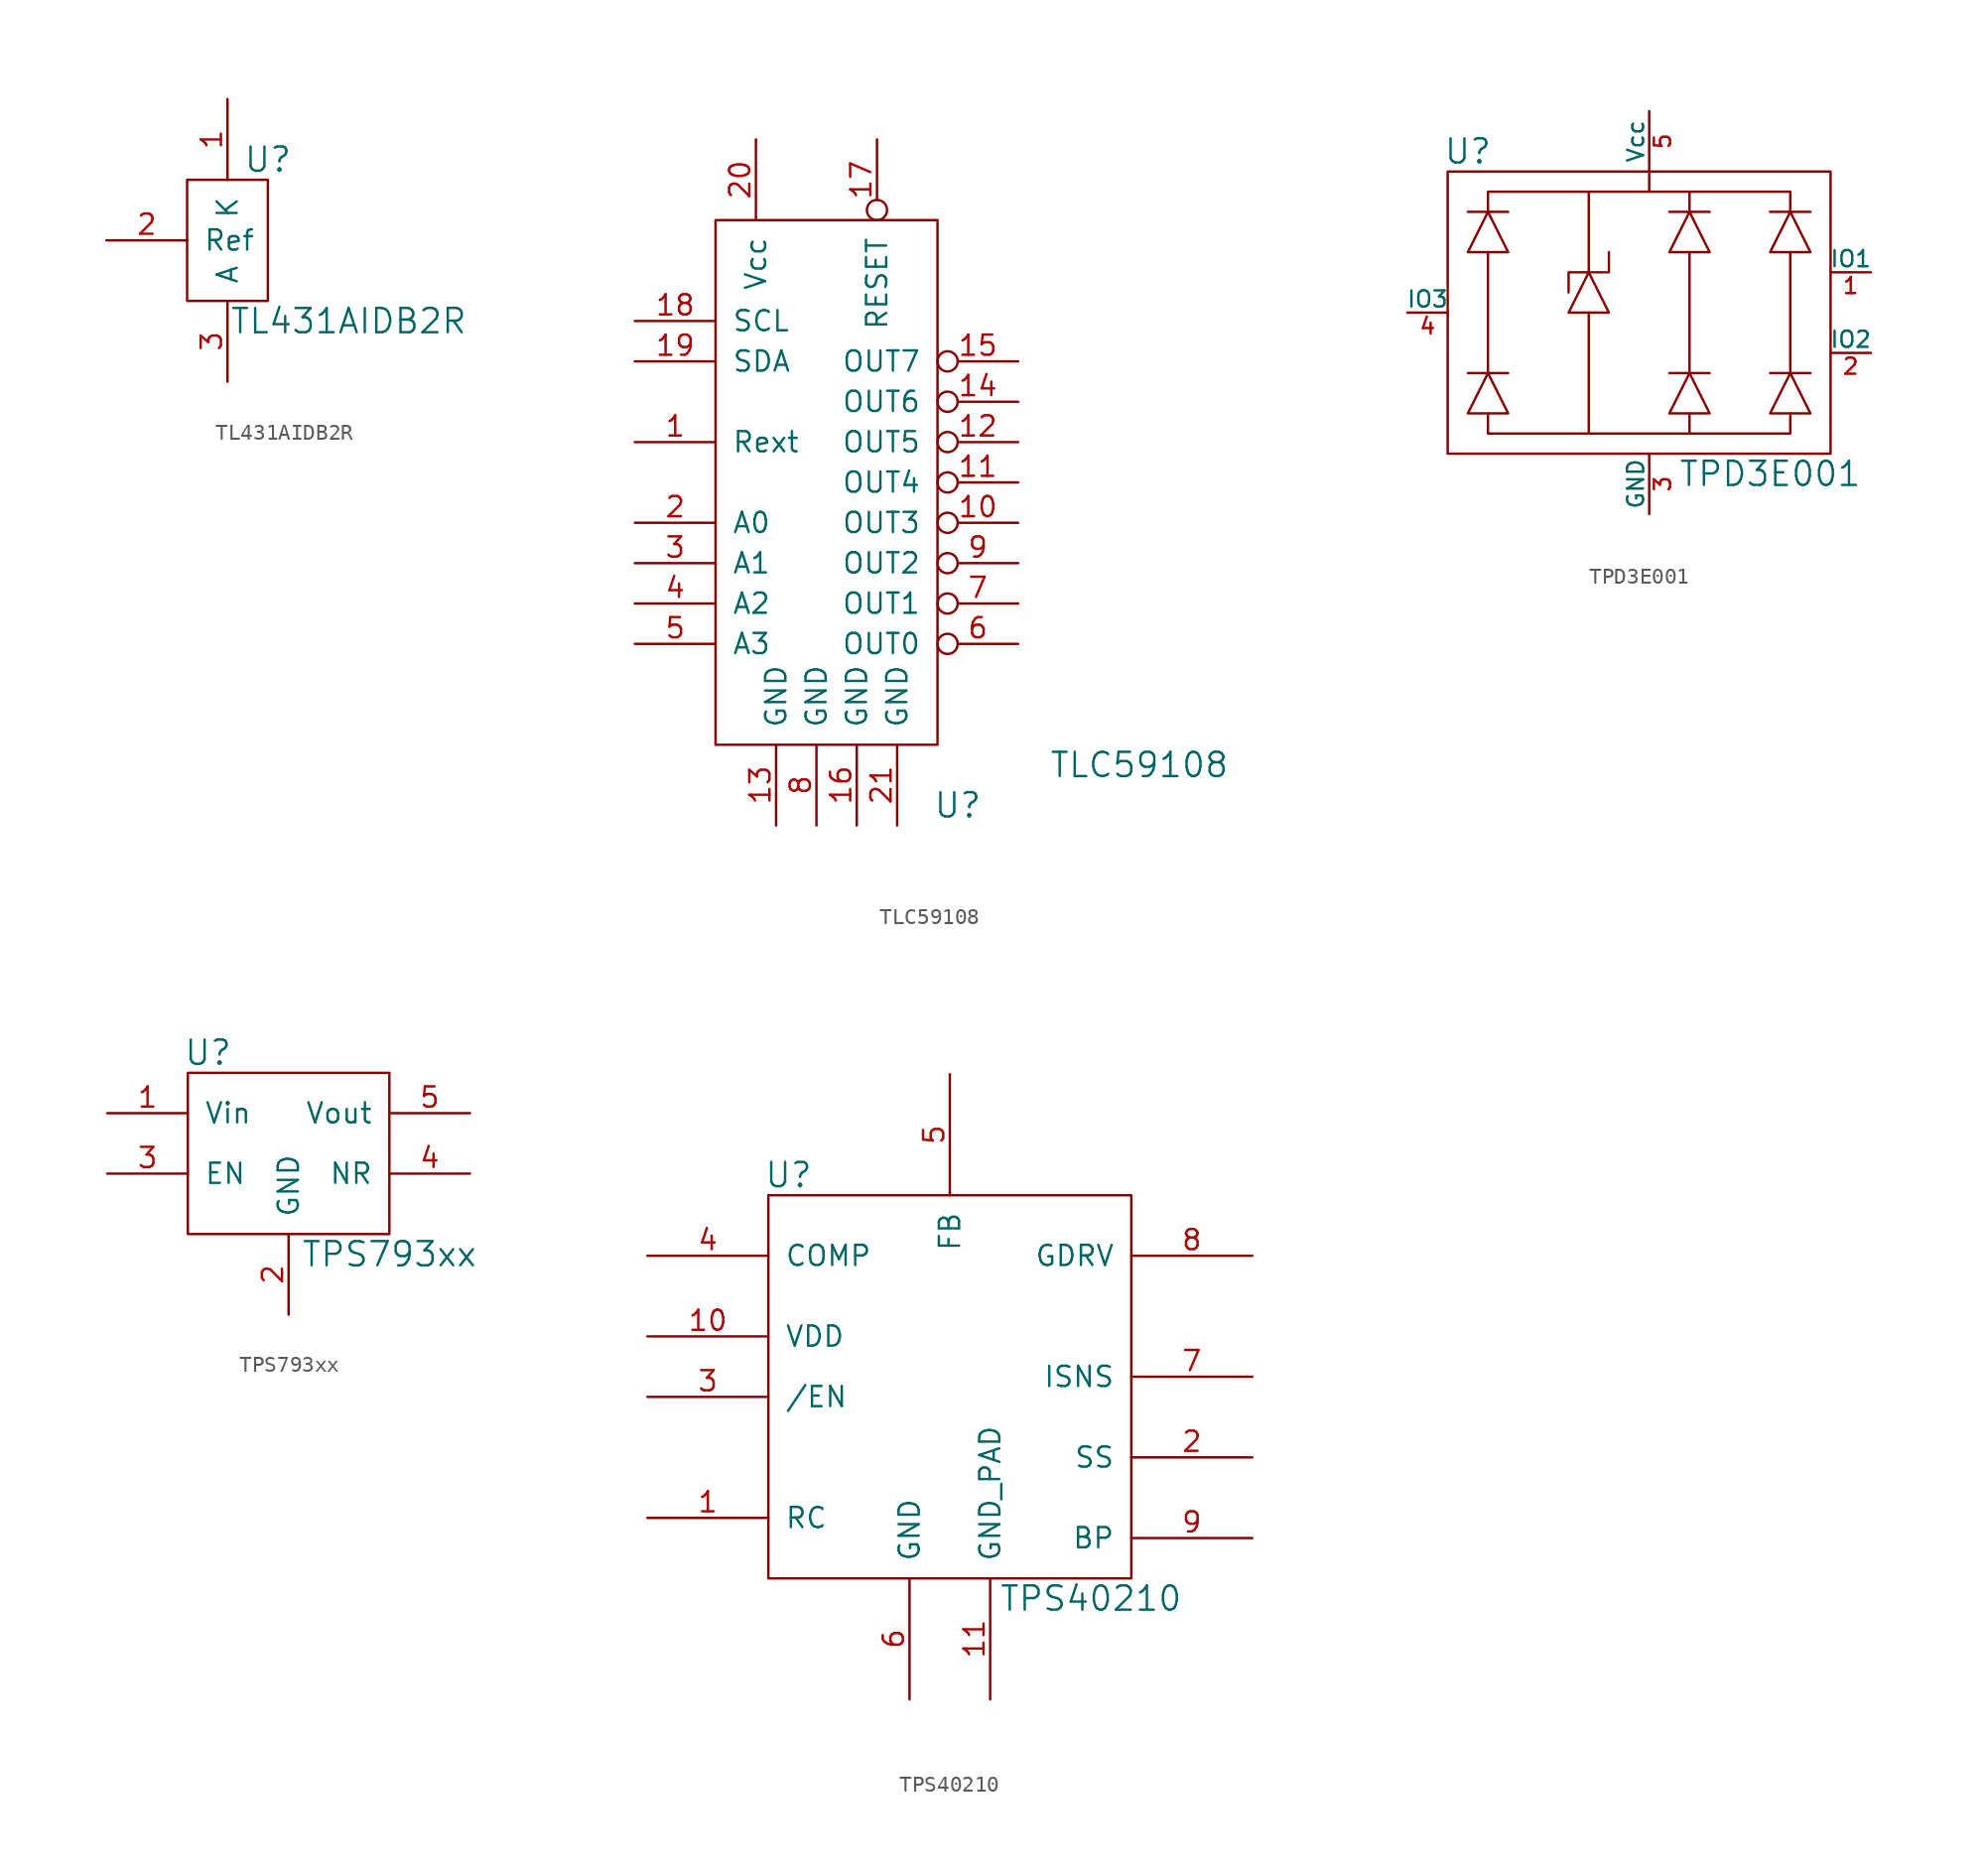
<source format=kicad_sym>
(kicad_symbol_lib
  (version 20211014)
  (generator kicad_symbol_editor)
  (symbol "TL431AIDB2R"
    (pin_names
      (offset 1.016))
    (property "Reference" "U"
      (at 2.54 -1.27 0)
      (effects (font (size 1.524 1.524))))
    (property "Value" "TL431AIDB2R"
      (at 7.62 -11.43 0)
      (effects (font (size 1.524 1.524))))
    (property "Footprint" ""
      (at 0 0 0)
      (effects (font (size 1.524 1.524))))
    (property "Datasheet" ""
      (at 0 0 0)
      (effects (font (size 1.524 1.524))))
    (symbol "TL431AIDB2R_0_1"
      (rectangle (start -2.54 -10.16) (end 2.54 -2.54) (stroke (width 0) (type default) (color 0 0 0 0)) (fill (type none))))
    (symbol "TL431AIDB2R_1_1"
      (pin input line (at 0 2.54 270) (length 5.08) (name "K" (effects (font (size 1.27 1.27)))) (number "1" (effects (font (size 1.27 1.27)))))
      (pin input line (at -7.62 -6.35 0) (length 5.08) (name "Ref" (effects (font (size 1.27 1.27)))) (number "2" (effects (font (size 1.27 1.27)))))
      (pin input line (at 0 -15.24 90) (length 5.08) (name "A" (effects (font (size 1.27 1.27)))) (number "3" (effects (font (size 1.27 1.27)))))))
  (symbol "TLC59108"
    (pin_names
      (offset 1.016))
    (property "Reference" "U"
      (at 8.89 -19.05 0)
      (effects (font (size 1.524 1.524))))
    (property "Value" "TLC59108"
      (at 20.32 -16.51 0)
      (effects (font (size 1.524 1.524))))
    (property "Footprint" ""
      (at 0 0 0)
      (effects (font (size 1.524 1.524))))
    (property "Datasheet" ""
      (at 0 0 0)
      (effects (font (size 1.524 1.524))))
    (symbol "TLC59108_0_1"
      (rectangle (start -6.35 -15.24) (end 7.62 17.78) (stroke (width 0) (type default) (color 0 0 0 0)) (fill (type none))))
    (symbol "TLC59108_1_1"
      (pin input line (at -11.43 3.81 0) (length 5.08) (name "Rext" (effects (font (size 1.27 1.27)))) (number "1" (effects (font (size 1.27 1.27)))))
      (pin input inverted (at 12.7 -1.27 180) (length 5.08) (name "OUT3" (effects (font (size 1.27 1.27)))) (number "10" (effects (font (size 1.27 1.27)))))
      (pin input inverted (at 12.7 1.27 180) (length 5.08) (name "OUT4" (effects (font (size 1.27 1.27)))) (number "11" (effects (font (size 1.27 1.27)))))
      (pin input inverted (at 12.7 3.81 180) (length 5.08) (name "OUT5" (effects (font (size 1.27 1.27)))) (number "12" (effects (font (size 1.27 1.27)))))
      (pin input line (at -2.54 -20.32 90) (length 5.08) (name "GND" (effects (font (size 1.27 1.27)))) (number "13" (effects (font (size 1.27 1.27)))))
      (pin input inverted (at 12.7 6.35 180) (length 5.08) (name "OUT6" (effects (font (size 1.27 1.27)))) (number "14" (effects (font (size 1.27 1.27)))))
      (pin input inverted (at 12.7 8.89 180) (length 5.08) (name "OUT7" (effects (font (size 1.27 1.27)))) (number "15" (effects (font (size 1.27 1.27)))))
      (pin input line (at 2.54 -20.32 90) (length 5.08) (name "GND" (effects (font (size 1.27 1.27)))) (number "16" (effects (font (size 1.27 1.27)))))
      (pin input inverted (at 3.81 22.86 270) (length 5.08) (name "RESET" (effects (font (size 1.27 1.27)))) (number "17" (effects (font (size 1.27 1.27)))))
      (pin input line (at -11.43 11.43 0) (length 5.08) (name "SCL" (effects (font (size 1.27 1.27)))) (number "18" (effects (font (size 1.27 1.27)))))
      (pin input line (at -11.43 8.89 0) (length 5.08) (name "SDA" (effects (font (size 1.27 1.27)))) (number "19" (effects (font (size 1.27 1.27)))))
      (pin input line (at -11.43 -1.27 0) (length 5.08) (name "A0" (effects (font (size 1.27 1.27)))) (number "2" (effects (font (size 1.27 1.27)))))
      (pin input line (at -3.81 22.86 270) (length 5.08) (name "Vcc" (effects (font (size 1.27 1.27)))) (number "20" (effects (font (size 1.27 1.27)))))
      (pin input line (at 5.08 -20.32 90) (length 5.08) (name "GND" (effects (font (size 1.27 1.27)))) (number "21" (effects (font (size 1.27 1.27)))))
      (pin input line (at -11.43 -3.81 0) (length 5.08) (name "A1" (effects (font (size 1.27 1.27)))) (number "3" (effects (font (size 1.27 1.27)))))
      (pin input line (at -11.43 -6.35 0) (length 5.08) (name "A2" (effects (font (size 1.27 1.27)))) (number "4" (effects (font (size 1.27 1.27)))))
      (pin input line (at -11.43 -8.89 0) (length 5.08) (name "A3" (effects (font (size 1.27 1.27)))) (number "5" (effects (font (size 1.27 1.27)))))
      (pin input inverted (at 12.7 -8.89 180) (length 5.08) (name "OUT0" (effects (font (size 1.27 1.27)))) (number "6" (effects (font (size 1.27 1.27)))))
      (pin input inverted (at 12.7 -6.35 180) (length 5.08) (name "OUT1" (effects (font (size 1.27 1.27)))) (number "7" (effects (font (size 1.27 1.27)))))
      (pin input line (at 0 -20.32 90) (length 5.08) (name "GND" (effects (font (size 1.27 1.27)))) (number "8" (effects (font (size 1.27 1.27)))))
      (pin input inverted (at 12.7 -3.81 180) (length 5.08) (name "OUT2" (effects (font (size 1.27 1.27)))) (number "9" (effects (font (size 1.27 1.27)))))))
  (symbol "TPD3E001"
    (pin_names
      (offset 0))
    (property "Reference" "U"
      (at -11.43 10.16 0)
      (effects (font (size 1.524 1.524))))
    (property "Value" "TPD3E001"
      (at 7.62 -10.16 0)
      (effects (font (size 1.524 1.524))))
    (property "Footprint" ""
      (at 0 0 0)
      (effects (font (size 1.524 1.524))))
    (property "Datasheet" ""
      (at 0 0 0)
      (effects (font (size 1.524 1.524))))
    (symbol "TPD3E001_0_1"
      (polyline (pts (xy -10.16 3.81) (xy -10.16 -3.81)) (stroke (width 0) (type default) (color 0 0 0 0)) (fill (type none)))
      (polyline (pts (xy -3.81 0) (xy -3.81 -7.62)) (stroke (width 0) (type default) (color 0 0 0 0)) (fill (type none)))
      (polyline (pts (xy 2.54 -6.35) (xy 2.54 -7.62)) (stroke (width 0) (type default) (color 0 0 0 0)) (fill (type none)))
      (polyline (pts (xy 2.54 3.81) (xy 2.54 -3.81)) (stroke (width 0) (type default) (color 0 0 0 0)) (fill (type none)))
      (polyline (pts (xy 2.54 6.35) (xy 2.54 7.62)) (stroke (width 0) (type default) (color 0 0 0 0)) (fill (type none)))
      (polyline (pts (xy 8.89 3.81) (xy 8.89 -3.81)) (stroke (width 0) (type default) (color 0 0 0 0)) (fill (type none)))
      (polyline (pts (xy -3.81 2.54) (xy -3.81 7.62) (xy 0 7.62)) (stroke (width 0) (type default) (color 0 0 0 0)) (fill (type none)))
      (polyline (pts (xy -3.81 7.62) (xy -10.16 7.62) (xy -10.16 6.35)) (stroke (width 0) (type default) (color 0 0 0 0)) (fill (type none)))
      (polyline (pts (xy -10.16 -6.35) (xy -10.16 -7.62) (xy 8.89 -7.62) (xy 8.89 -6.35)) (stroke (width 0) (type default) (color 0 0 0 0)) (fill (type none)))
      (polyline (pts (xy -5.08 0) (xy -3.81 2.54) (xy -2.54 0) (xy -5.08 0)) (stroke (width 0) (type default) (color 0 0 0 0)) (fill (type none)))
      (polyline (pts (xy -5.08 1.27) (xy -5.08 2.54) (xy -2.54 2.54) (xy -2.54 3.81)) (stroke (width 0) (type default) (color 0 0 0 0)) (fill (type none)))
      (polyline (pts (xy 8.89 6.35) (xy 8.89 7.62) (xy 0 7.62) (xy 0 8.89)) (stroke (width 0) (type default) (color 0 0 0 0)) (fill (type none)))
      (polyline (pts (xy -11.43 -3.81) (xy -8.89 -3.81) (xy -10.16 -3.81) (xy -11.43 -6.35) (xy -8.89 -6.35) (xy -10.16 -3.81)) (stroke (width 0) (type default) (color 0 0 0 0)) (fill (type none)))
      (polyline (pts (xy -11.43 6.35) (xy -8.89 6.35) (xy -10.16 6.35) (xy -11.43 3.81) (xy -8.89 3.81) (xy -10.16 6.35)) (stroke (width 0) (type default) (color 0 0 0 0)) (fill (type none)))
      (polyline (pts (xy 1.27 -3.81) (xy 3.81 -3.81) (xy 2.54 -3.81) (xy 1.27 -6.35) (xy 3.81 -6.35) (xy 2.54 -3.81)) (stroke (width 0) (type default) (color 0 0 0 0)) (fill (type none)))
      (polyline (pts (xy 1.27 6.35) (xy 3.81 6.35) (xy 2.54 6.35) (xy 1.27 3.81) (xy 3.81 3.81) (xy 2.54 6.35)) (stroke (width 0) (type default) (color 0 0 0 0)) (fill (type none)))
      (polyline (pts (xy 7.62 -3.81) (xy 10.16 -3.81) (xy 8.89 -3.81) (xy 7.62 -6.35) (xy 10.16 -6.35) (xy 8.89 -3.81)) (stroke (width 0) (type default) (color 0 0 0 0)) (fill (type none)))
      (polyline (pts (xy 7.62 6.35) (xy 10.16 6.35) (xy 8.89 6.35) (xy 7.62 3.81) (xy 10.16 3.81) (xy 8.89 6.35)) (stroke (width 0) (type default) (color 0 0 0 0)) (fill (type none)))
      (rectangle (start 11.43 8.89) (end -12.7 -8.89) (stroke (width 0) (type default) (color 0 0 0 0)) (fill (type none))))
    (symbol "TPD3E001_1_1"
      (pin bidirectional line (at 13.97 2.54 180) (length 2.54) (name "IO1" (effects (font (size 1.016 1.016)))) (number "1" (effects (font (size 1.016 1.016)))))
      (pin bidirectional line (at 13.97 -2.54 180) (length 2.54) (name "IO2" (effects (font (size 1.016 1.016)))) (number "2" (effects (font (size 1.016 1.016)))))
      (pin bidirectional line (at 0 -12.7 90) (length 3.81) (name "GND" (effects (font (size 1.016 1.016)))) (number "3" (effects (font (size 1.016 1.016)))))
      (pin bidirectional line (at -15.24 0 0) (length 2.54) (name "IO3" (effects (font (size 1.016 1.016)))) (number "4" (effects (font (size 1.016 1.016)))))
      (pin bidirectional line (at 0 12.7 270) (length 3.81) (name "Vcc" (effects (font (size 1.016 1.016)))) (number "5" (effects (font (size 1.016 1.016)))))))
  (symbol "TPS793xx"
    (pin_names
      (offset 1.016))
    (property "Reference" "U"
      (at -7.62 7.62 0)
      (effects (font (size 1.524 1.524))))
    (property "Value" "TPS793xx"
      (at 3.81 -5.08 0)
      (effects (font (size 1.524 1.524))))
    (symbol "TPS793xx_0_1"
      (rectangle (start -8.89 6.35) (end 3.81 -3.81) (stroke (width 0) (type default) (color 0 0 0 0)) (fill (type none))))
    (symbol "TPS793xx_1_1"
      (pin input line (at -13.97 3.81 0) (length 5.08) (name "Vin" (effects (font (size 1.27 1.27)))) (number "1" (effects (font (size 1.27 1.27)))))
      (pin input line (at -2.54 -8.89 90) (length 5.08) (name "GND" (effects (font (size 1.27 1.27)))) (number "2" (effects (font (size 1.27 1.27)))))
      (pin input line (at -13.97 0 0) (length 5.08) (name "EN" (effects (font (size 1.27 1.27)))) (number "3" (effects (font (size 1.27 1.27)))))
      (pin input line (at 8.89 0 180) (length 5.08) (name "NR" (effects (font (size 1.27 1.27)))) (number "4" (effects (font (size 1.27 1.27)))))
      (pin input line (at 8.89 3.81 180) (length 5.08) (name "Vout" (effects (font (size 1.27 1.27)))) (number "5" (effects (font (size 1.27 1.27)))))))
  (symbol "TPS40210"
    (pin_names
      (offset 1.016))
    (property "Reference" "U"
      (at -10.16 13.97 0)
      (effects (font (size 1.524 1.524))))
    (property "Value" "TPS40210"
      (at 8.89 -12.7 0)
      (effects (font (size 1.524 1.524))))
    (property "Footprint" ""
      (at 0 0 0)
      (effects (font (size 1.524 1.524))))
    (property "Datasheet" ""
      (at 0 0 0)
      (effects (font (size 1.524 1.524))))
    (symbol "TPS40210_0_1"
      (polyline (pts (xy 11.43 12.7) (xy -11.43 12.7) (xy -11.43 -11.43) (xy 11.43 -11.43) (xy 11.43 12.7)) (stroke (width 0) (type default) (color 0 0 0 0)) (fill (type none))))
    (symbol "TPS40210_1_1"
      (pin input line (at -19.05 -7.62 0) (length 7.62) (name "RC" (effects (font (size 1.27 1.27)))) (number "1" (effects (font (size 1.27 1.27)))))
      (pin input line (at -19.05 3.81 0) (length 7.62) (name "VDD" (effects (font (size 1.27 1.27)))) (number "10" (effects (font (size 1.27 1.27)))))
      (pin input line (at 2.54 -19.05 90) (length 7.62) (name "GND_PAD" (effects (font (size 1.27 1.27)))) (number "11" (effects (font (size 1.27 1.27)))))
      (pin input line (at 19.05 -3.81 180) (length 7.62) (name "SS" (effects (font (size 1.27 1.27)))) (number "2" (effects (font (size 1.27 1.27)))))
      (pin input line (at -19.05 0 0) (length 7.62) (name "/EN" (effects (font (size 1.27 1.27)))) (number "3" (effects (font (size 1.27 1.27)))))
      (pin input line (at -19.05 8.89 0) (length 7.62) (name "COMP" (effects (font (size 1.27 1.27)))) (number "4" (effects (font (size 1.27 1.27)))))
      (pin input line (at 0 20.32 270) (length 7.62) (name "FB" (effects (font (size 1.27 1.27)))) (number "5" (effects (font (size 1.27 1.27)))))
      (pin input line (at -2.54 -19.05 90) (length 7.62) (name "GND" (effects (font (size 1.27 1.27)))) (number "6" (effects (font (size 1.27 1.27)))))
      (pin input line (at 19.05 1.27 180) (length 7.62) (name "ISNS" (effects (font (size 1.27 1.27)))) (number "7" (effects (font (size 1.27 1.27)))))
      (pin input line (at 19.05 8.89 180) (length 7.62) (name "GDRV" (effects (font (size 1.27 1.27)))) (number "8" (effects (font (size 1.27 1.27)))))
      (pin input line (at 19.05 -8.89 180) (length 7.62) (name "BP" (effects (font (size 1.27 1.27)))) (number "9" (effects (font (size 1.27 1.27))))))))
</source>
